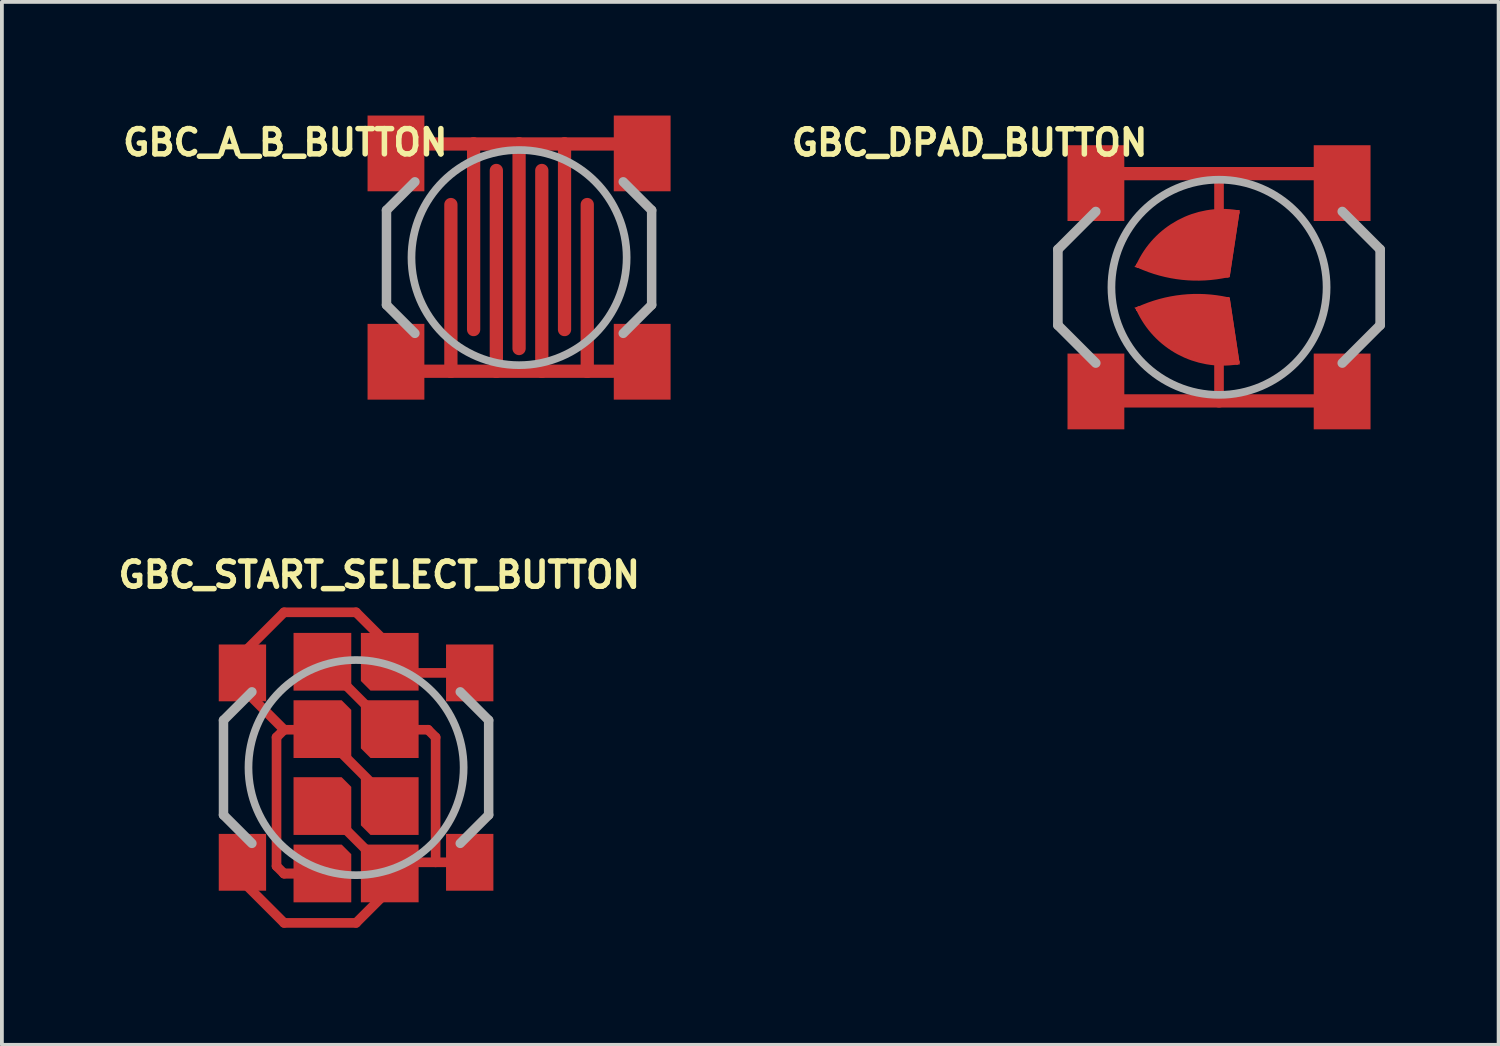
<source format=kicad_pcb>
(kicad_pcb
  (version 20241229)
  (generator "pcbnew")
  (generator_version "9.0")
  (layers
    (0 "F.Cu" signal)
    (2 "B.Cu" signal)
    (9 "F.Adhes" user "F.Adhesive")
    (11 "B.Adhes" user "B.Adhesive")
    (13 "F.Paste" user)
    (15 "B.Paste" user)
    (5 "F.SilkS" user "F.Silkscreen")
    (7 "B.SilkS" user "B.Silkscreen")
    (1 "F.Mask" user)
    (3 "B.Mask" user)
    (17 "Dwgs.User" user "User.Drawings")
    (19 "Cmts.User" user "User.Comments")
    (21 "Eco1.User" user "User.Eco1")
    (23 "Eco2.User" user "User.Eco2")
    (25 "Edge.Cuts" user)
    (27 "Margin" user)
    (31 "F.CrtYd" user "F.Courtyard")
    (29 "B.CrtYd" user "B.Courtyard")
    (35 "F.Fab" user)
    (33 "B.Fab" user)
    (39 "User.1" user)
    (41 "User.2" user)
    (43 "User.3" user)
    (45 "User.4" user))
  (footprint "GBC_START_SELECT_BUTTON"
    (layer "F.Cu")
    (at 6.35 17.214)
    (property "Reference" "GBC_START_SELECT_BUTTON" (at -6.35 -4.699 0) (layer "F.SilkS") (effects (font (size 0.666 0.666) (thickness 0.146)) (justify left bottom)))
    (fp_line (start -3.25 2.75) (end -1.9 4.1) (stroke (width 0.254) (type solid)) (layer "F.Cu"))
    (fp_line (start -3 -3) (end -3 -2.9) (stroke (width 0.254) (type solid)) (layer "F.Cu"))
    (fp_line (start -2.9 -2) (end -3 -2) (stroke (width 0.254) (type solid)) (layer "F.Cu"))
    (fp_line (start -2.1 -0.8) (end -1.9 -1) (stroke (width 0.254) (type solid)) (layer "F.Cu"))
    (fp_line (start -2.1 2.6) (end -2.1 -0.8) (stroke (width 0.254) (type solid)) (layer "F.Cu"))
    (fp_line (start -1.9 -4.1) (end -3 -3) (stroke (width 0.254) (type solid)) (layer "F.Cu"))
    (fp_line (start -1.9 -4.1) (end 0 -4.1) (stroke (width 0.254) (type solid)) (layer "F.Cu"))
    (fp_line (start -1.9 -1) (end -2.9 -2) (stroke (width 0.254) (type solid)) (layer "F.Cu"))
    (fp_line (start -1.9 -1) (end -1 -1) (stroke (width 0.254) (type solid)) (layer "F.Cu"))
    (fp_line (start -1.9 2.8) (end -2.1 2.6) (stroke (width 0.254) (type solid)) (layer "F.Cu"))
    (fp_line (start -1.9 4.1) (end 0 4.1) (stroke (width 0.254) (type solid)) (layer "F.Cu"))
    (fp_line (start -1.397 2.794) (end -1.905 2.794) (stroke (width 0.254) (type solid)) (layer "F.Cu"))
    (fp_line (start -0.9 2.8) (end -1.9 2.8) (stroke (width 0.254) (type solid)) (layer "F.Cu"))
    (fp_line (start 0 -4.1) (end 1.1 -3) (stroke (width 0.254) (type solid)) (layer "F.Cu"))
    (fp_line (start 0 4.1) (end 0.9 3.2) (stroke (width 0.254) (type solid)) (layer "F.Cu"))
    (fp_line (start 0.33 0.33) (end -0.432 -0.432) (stroke (width 0.254) (type solid)) (layer "F.Cu"))
    (fp_line (start 0.381 -1.524) (end -0.381 -2.286) (stroke (width 0.254) (type solid)) (layer "F.Cu"))
    (fp_line (start 0.381 2.286) (end -0.381 1.524) (stroke (width 0.254) (type solid)) (layer "F.Cu"))
    (fp_line (start 0.9 3.2) (end 0.9 2.8) (stroke (width 0.254) (type solid)) (layer "F.Cu"))
    (fp_line (start 1 3.25) (end 1 3) (stroke (width 0.254) (type solid)) (layer "F.Cu"))
    (fp_line (start 1.9 -1) (end 0.9 -1) (stroke (width 0.254) (type solid)) (layer "F.Cu"))
    (fp_line (start 2.1 -0.8) (end 1.9 -1) (stroke (width 0.254) (type solid)) (layer "F.Cu"))
    (fp_line (start 2.1 -0.8) (end 2.1 2.5) (stroke (width 0.254) (type solid)) (layer "F.Cu"))
    (fp_line (start 2.1 2.5) (end 1.2 2.5) (stroke (width 0.254) (type solid)) (layer "F.Cu"))
    (fp_line (start 2.1 2.5) (end 3 2.5) (stroke (width 0.254) (type solid)) (layer "F.Cu"))
    (fp_line (start 3 -2.5) (end 0.9 -2.5) (stroke (width 0.254) (type solid)) (layer "F.Cu"))
    (fp_poly (pts (xy -3.625 3.25) (xy -2.375 3.25) (xy -2.375 1.75) (xy -3.625 1.75)) (stroke (width 0) (type default)) (fill yes) (layer "F.Cu"))
    (fp_poly (pts (xy -0.127 -2.032) (xy -0.127 -3.556) (xy -1.651 -3.556) (xy -1.651 -2.032)) (stroke (width 0) (type default)) (fill yes) (layer "F.Cu"))
    (fp_poly (pts (xy 1.651 3.556) (xy 1.651 2.032) (xy 0.127 2.032) (xy 0.127 3.556)) (stroke (width 0) (type default)) (fill yes) (layer "F.Cu"))
    (fp_poly (pts (xy -0.127 -1.524) (xy -0.127 -0.254) (xy -1.651 -0.254) (xy -1.651 -1.778) (xy -0.381 -1.778)) (stroke (width 0) (type default)) (fill yes) (layer "F.Cu"))
    (fp_poly (pts (xy -0.127 0.508) (xy -0.127 1.778) (xy -1.651 1.778) (xy -1.651 0.254) (xy -0.381 0.254)) (stroke (width 0) (type default)) (fill yes) (layer "F.Cu"))
    (fp_poly (pts (xy -0.127 2.286) (xy -0.127 3.556) (xy -1.651 3.556) (xy -1.651 2.032) (xy -0.381 2.032)) (stroke (width 0) (type default)) (fill yes) (layer "F.Cu"))
    (fp_poly (pts (xy 1.651 -2.032) (xy 0.381 -2.032) (xy 0.127 -2.286) (xy 0.127 -3.556) (xy 1.651 -3.556)) (stroke (width 0) (type default)) (fill yes) (layer "F.Cu"))
    (fp_poly (pts (xy 1.651 -0.254) (xy 0.381 -0.254) (xy 0.127 -0.508) (xy 0.127 -1.778) (xy 1.651 -1.778)) (stroke (width 0) (type default)) (fill yes) (layer "F.Cu"))
    (fp_poly (pts (xy 1.651 1.778) (xy 0.381 1.778) (xy 0.127 1.524) (xy 0.127 0.254) (xy 1.651 0.254)) (stroke (width 0) (type default)) (fill yes) (layer "F.Cu"))
    (fp_poly (pts (xy -3.715 3.35) (xy -2.27 3.35) (xy -2.27 1.648) (xy -3.715 1.648)) (stroke (width 0) (type default)) (fill yes) (layer "F.Mask"))
    (fp_poly (pts (xy 1.905 3.81) (xy 1.905 -3.81) (xy -1.905 -3.81) (xy -1.905 3.81)) (stroke (width 0) (type default)) (fill yes) (layer "F.Mask"))
    (fp_line (start -3.5 -1.25) (end -3.5 1.25) (stroke (width 0.25) (type solid)) (layer "F.Fab"))
    (fp_line (start -3.5 1.25) (end -2.75 2) (stroke (width 0.25) (type solid)) (layer "F.Fab"))
    (fp_line (start -2.75 -2) (end -3.5 -1.25) (stroke (width 0.25) (type solid)) (layer "F.Fab"))
    (fp_line (start 2.75 -2) (end 3.5 -1.25) (stroke (width 0.25) (type solid)) (layer "F.Fab"))
    (fp_line (start 3.5 -1.25) (end 3.5 1.25) (stroke (width 0.25) (type solid)) (layer "F.Fab"))
    (fp_line (start 3.5 1.25) (end 2.75 2) (stroke (width 0.25) (type solid)) (layer "F.Fab"))
    (fp_circle (center 0 0) (end 2.84 0) (stroke (width 0.203) (type solid)) (fill no) (layer "F.Fab"))
    (pad "1" smd rect (at -3 -2.5) (size 1.25 1.5) (layers "F.Cu" "F.Mask" "F.Paste"))
    (pad "2" smd rect (at 0 4.07) (size 0.05 0.05) (layers "F.Cu"))
    (pad "3" smd rect (at 3 -2.5) (size 1.25 1.5) (layers "F.Cu" "F.Mask" "F.Paste"))
    (pad "4" smd rect (at 3 2.5) (size 1.25 1.5) (layers "F.Cu" "F.Mask" "F.Paste"))
    (zone (net_name "") (layer "F.Cu") (hatch edge 0.5) (connect_pads) (min_thickness 0.25) (filled_areas_thickness no) (keepout (tracks not_allowed) (vias not_allowed) (pads not_allowed) (copperpour not_allowed) (footprints allowed)) (placement (enabled no)) (fill) (polygon (pts (xy 2.35 15.714) (xy 2.35 17.214) (xy 4.35 17.214) (xy 4.35 15.714))))
    (zone (net_name "") (layer "F.Cu") (hatch edge 0.5) (connect_pads) (min_thickness 0.25) (filled_areas_thickness no) (keepout (tracks not_allowed) (vias not_allowed) (pads not_allowed) (copperpour not_allowed) (footprints allowed)) (placement (enabled no)) (fill) (polygon (pts (xy 2.35 17.214) (xy 2.35 18.714) (xy 4.35 18.714) (xy 4.35 17.214))))
    (zone (net_name "") (layer "F.Cu") (hatch edge 0.5) (connect_pads) (min_thickness 0.25) (filled_areas_thickness no) (keepout (tracks not_allowed) (vias not_allowed) (pads not_allowed) (copperpour not_allowed) (footprints allowed)) (placement (enabled no)) (fill) (polygon (pts (xy 2.85 14.114) (xy 9.85 14.114) (xy 9.85 20.314) (xy 2.85 20.314))))
    (zone (net_name "") (layer "F.Cu") (hatch edge 0.5) (connect_pads) (min_thickness 0.25) (filled_areas_thickness no) (keepout (tracks not_allowed) (vias not_allowed) (pads not_allowed) (copperpour not_allowed) (footprints allowed)) (placement (enabled no)) (fill) (polygon (pts (xy 8.35 15.714) (xy 8.35 17.214) (xy 10.35 17.214) (xy 10.35 15.714))))
    (zone (net_name "") (layer "F.Cu") (hatch edge 0.5) (connect_pads) (min_thickness 0.25) (filled_areas_thickness no) (keepout (tracks not_allowed) (vias not_allowed) (pads not_allowed) (copperpour not_allowed) (footprints allowed)) (placement (enabled no)) (fill) (polygon (pts (xy 8.35 17.214) (xy 8.35 18.714) (xy 10.35 18.714) (xy 10.35 17.214))))
    (zone (net_name "") (layer "F.Cu") (hatch edge 0.5) (connect_pads) (min_thickness 0.25) (filled_areas_thickness no) (keepout (tracks not_allowed) (vias not_allowed) (pads not_allowed) (copperpour not_allowed) (footprints allowed)) (placement (enabled no)) (fill) (polygon (pts (xy 2.54 14.674) (xy 2.54 13.785) (xy 10.16 13.785) (xy 10.16 20.643) (xy 2.54 20.643))))
    (zone (net_name "") (layer "F.Cu") (hatch edge 0.5) (connect_pads) (min_thickness 0.25) (filled_areas_thickness no) (keepout (tracks not_allowed) (vias not_allowed) (pads not_allowed) (copperpour not_allowed) (footprints allowed)) (placement (enabled no)) (fill) (polygon (pts (xy 2.54 14.674) (xy 4.318 12.896) (xy 8.382 12.896) (xy 10.16 14.674) (xy 10.16 15.944) (xy 2.54 15.944))))
    (zone (net_name "") (layer "F.Cu") (hatch edge 0.5) (connect_pads) (min_thickness 0.25) (filled_areas_thickness no) (keepout (tracks not_allowed) (vias not_allowed) (pads not_allowed) (copperpour not_allowed) (footprints allowed)) (placement (enabled no)) (fill) (polygon (pts (xy 10.16 19.754) (xy 8.382 21.532) (xy 4.318 21.532) (xy 2.54 19.754) (xy 2.54 18.484) (xy 10.16 18.484)))))
  (footprint "GBC_A_B_BUTTON"
    (layer "F.Cu")
    (at 10.653 3.75)
    (property "Reference" "GBC_A_B_BUTTON" (at -1.81 -3.429 0) (layer "F.SilkS") (effects (font (size 0.666 0.666) (thickness 0.146)) (justify right top)))
    (fp_line (start -2.5 -3) (end -1.2 -3) (stroke (width 0.35) (type solid)) (layer "F.Cu"))
    (fp_line (start -2.5 3) (end -1.8 3) (stroke (width 0.35) (type solid)) (layer "F.Cu"))
    (fp_line (start -1.8 3) (end -1.8 -1.4) (stroke (width 0.35) (type solid)) (layer "F.Cu"))
    (fp_line (start -1.8 3) (end -0.6 3) (stroke (width 0.35) (type solid)) (layer "F.Cu"))
    (fp_line (start -1.2 -3) (end -1.2 1.9) (stroke (width 0.35) (type solid)) (layer "F.Cu"))
    (fp_line (start -1.2 -3) (end 0 -3) (stroke (width 0.35) (type solid)) (layer "F.Cu"))
    (fp_line (start -0.6 3) (end -0.6 -2.3) (stroke (width 0.35) (type solid)) (layer "F.Cu"))
    (fp_line (start -0.6 3) (end 0.6 3) (stroke (width 0.35) (type solid)) (layer "F.Cu"))
    (fp_line (start 0 -3) (end 0 2.4) (stroke (width 0.35) (type solid)) (layer "F.Cu"))
    (fp_line (start 0 -3) (end 1.2 -3) (stroke (width 0.35) (type solid)) (layer "F.Cu"))
    (fp_line (start 0.6 3) (end 0.6 -2.3) (stroke (width 0.35) (type solid)) (layer "F.Cu"))
    (fp_line (start 0.6 3) (end 1.8 3) (stroke (width 0.35) (type solid)) (layer "F.Cu"))
    (fp_line (start 1.2 -3) (end 1.2 1.9) (stroke (width 0.35) (type solid)) (layer "F.Cu"))
    (fp_line (start 1.2 -3) (end 2.5 -3) (stroke (width 0.35) (type solid)) (layer "F.Cu"))
    (fp_line (start 1.8 3) (end 1.8 -1.4) (stroke (width 0.35) (type solid)) (layer "F.Cu"))
    (fp_line (start 1.8 3) (end 2.5 3) (stroke (width 0.35) (type solid)) (layer "F.Cu"))
    (fp_line (start -1.8 -1.4) (end -1.8 1.4) (stroke (width 0.35) (type solid)) (layer "F.Mask"))
    (fp_line (start -1.2 1.9) (end -1.2 -1.9) (stroke (width 0.35) (type solid)) (layer "F.Mask"))
    (fp_line (start -0.6 2.2) (end -0.6 -2.3) (stroke (width 0.35) (type solid)) (layer "F.Mask"))
    (fp_line (start 0 2.4) (end 0 -2.5) (stroke (width 0.35) (type solid)) (layer "F.Mask"))
    (fp_line (start 0.6 2.2) (end 0.6 -2.3) (stroke (width 0.35) (type solid)) (layer "F.Mask"))
    (fp_line (start 1.2 -1.9) (end 1.2 1.9) (stroke (width 0.35) (type solid)) (layer "F.Mask"))
    (fp_line (start 1.8 -1.4) (end 1.8 1.4) (stroke (width 0.35) (type solid)) (layer "F.Mask"))
    (fp_circle (center 0 0) (end 2.5 0) (stroke (width 0.35) (type solid)) (fill no) (layer "F.Mask"))
    (fp_poly (pts (xy 1.883 -1.883) (xy 2.69 0) (xy 1.883 1.883) (xy 0.008 2.687) (xy -1.624 2.143) (xy -2.698 -0.006) (xy -1.626 -1.883) (xy -0.006 -2.693)) (stroke (width 0) (type default)) (fill yes) (layer "F.Mask"))
    (fp_line (start -3.5 -1.25) (end -3.5 1.25) (stroke (width 0.25) (type solid)) (layer "F.Fab"))
    (fp_line (start -3.5 1.25) (end -2.75 2) (stroke (width 0.25) (type solid)) (layer "F.Fab"))
    (fp_line (start -2.75 -2) (end -3.5 -1.25) (stroke (width 0.25) (type solid)) (layer "F.Fab"))
    (fp_line (start 2.75 -2) (end 3.5 -1.25) (stroke (width 0.25) (type solid)) (layer "F.Fab"))
    (fp_line (start 3.5 -1.25) (end 3.5 1.25) (stroke (width 0.25) (type solid)) (layer "F.Fab"))
    (fp_line (start 3.5 1.25) (end 2.75 2) (stroke (width 0.25) (type solid)) (layer "F.Fab"))
    (fp_circle (center 0 0) (end 2.84 0) (stroke (width 0.203) (type solid)) (fill no) (layer "F.Fab"))
    (pad "1" smd rect (at -3.25 -2.75) (size 1.5 2) (layers "F.Cu" "F.Mask" "F.Paste"))
    (pad "2" smd rect (at -3.25 2.75) (size 1.5 2) (layers "F.Cu" "F.Mask" "F.Paste"))
    (pad "3" smd rect (at 3.25 -2.75) (size 1.5 2) (layers "F.Cu" "F.Mask" "F.Paste"))
    (pad "4" smd rect (at 3.25 2.75) (size 1.5 2) (layers "F.Cu" "F.Mask" "F.Paste")))
  (footprint "GBC_DPAD_BUTTON"
    (layer "F.Cu")
    (at 29.131 4.534)
    (property "Reference" "GBC_DPAD_BUTTON" (at -1.81 -3.429 180) (layer "F.SilkS") (effects (font (size 0.666 0.666) (thickness 0.146)) (justify right bottom)))
    (fp_line (start -3 -3) (end 0 -3) (stroke (width 0.35) (type solid)) (layer "F.Cu"))
    (fp_line (start -3 3) (end 0 3) (stroke (width 0.35) (type solid)) (layer "F.Cu"))
    (fp_line (start -2.125 -0.575) (end 0.475 -1.975) (stroke (width 0.127) (type solid)) (layer "F.Cu"))
    (fp_line (start -2.125 0.575) (end 0.475 1.975) (stroke (width 0.127) (type solid)) (layer "F.Cu"))
    (fp_line (start 0 -3) (end 0 -1.975) (stroke (width 0.254) (type solid)) (layer "F.Cu"))
    (fp_line (start 0 -3) (end 3 -3) (stroke (width 0.35) (type solid)) (layer "F.Cu"))
    (fp_line (start 0 1.975) (end 0 3) (stroke (width 0.254) (type solid)) (layer "F.Cu"))
    (fp_line (start 0 3) (end 3 3) (stroke (width 0.35) (type solid)) (layer "F.Cu"))
    (fp_line (start 0.225 -0.325) (end -2.125 -0.575) (stroke (width 0.127) (type solid)) (layer "F.Cu"))
    (fp_line (start 0.225 0.325) (end -2.125 0.575) (stroke (width 0.127) (type solid)) (layer "F.Cu"))
    (fp_line (start 0.475 -1.975) (end 0.225 -0.325) (stroke (width 0.127) (type solid)) (layer "F.Cu"))
    (fp_line (start 0.475 1.975) (end 0.225 0.325) (stroke (width 0.127) (type solid)) (layer "F.Cu"))
    (fp_arc (start -2.125 -0.575) (mid -1.061796 -1.714762) (end 0.474999 -1.975) (stroke (width 0.127) (type solid)) (layer "F.Cu"))
    (fp_arc (start -2.125 0.575) (mid -0.970285 0.259324) (end 0.224999 0.325) (stroke (width 0.127) (type solid)) (layer "F.Cu"))
    (fp_arc (start 0.224999 -0.325) (mid -0.970285 -0.259324) (end -2.125 -0.575) (stroke (width 0.127) (type solid)) (layer "F.Cu"))
    (fp_arc (start 0.474999 1.975) (mid -1.061796 1.714763) (end -2.125 0.575) (stroke (width 0.127) (type solid)) (layer "F.Cu"))
    (fp_poly (pts (xy -4 3.75) (xy -2.5 3.75) (xy -2.5 1.75) (xy -4 1.75)) (stroke (width 0) (type default)) (fill yes) (layer "F.Cu"))
    (fp_poly (pts (xy 0.28 -0.262) (xy -1.133 -0.262) (xy -2.234 -0.537) (xy -1.669 -1.272) (xy -0.903 -1.783) (xy -0.135 -2.038) (xy 0.549 -2.038)) (stroke (width 0) (type default)) (fill yes) (layer "F.Cu"))
    (fp_poly (pts (xy 0.549 2.038) (xy -0.135 2.038) (xy -0.903 1.783) (xy -1.669 1.272) (xy -2.234 0.537) (xy -1.133 0.262) (xy 0.28 0.262)) (stroke (width 0) (type default)) (fill yes) (layer "F.Cu"))
    (fp_line (start -2.125 -0.575) (end 0.475 -1.975) (stroke (width 0.127) (type solid)) (layer "F.Mask"))
    (fp_line (start -2.125 0.575) (end 0.475 1.975) (stroke (width 0.127) (type solid)) (layer "F.Mask"))
    (fp_line (start 0.225 -0.325) (end -2.125 -0.575) (stroke (width 0.127) (type solid)) (layer "F.Mask"))
    (fp_line (start 0.225 0.325) (end -2.125 0.575) (stroke (width 0.127) (type solid)) (layer "F.Mask"))
    (fp_line (start 0.475 -1.975) (end 0.225 -0.325) (stroke (width 0.127) (type solid)) (layer "F.Mask"))
    (fp_line (start 0.475 1.975) (end 0.225 0.325) (stroke (width 0.127) (type solid)) (layer "F.Mask"))
    (fp_line (start 0.506 -1.994) (end 0.24 -0.305) (stroke (width 0.127) (type solid)) (layer "F.Mask"))
    (fp_line (start 0.506 1.994) (end 0.24 0.305) (stroke (width 0.127) (type solid)) (layer "F.Mask"))
    (fp_arc (start -2.1504 -0.575) (mid -1.066092 -1.736055) (end 0.500399 -2.000399) (stroke (width 0.127) (type solid)) (layer "F.Mask"))
    (fp_arc (start -2.1504 0.5623) (mid -0.977666 0.237183) (end 0.237699 0.2996) (stroke (width 0.127) (type solid)) (layer "F.Mask"))
    (fp_arc (start -2.125 -0.575) (mid -1.061796 -1.714762) (end 0.474999 -1.975) (stroke (width 0.127) (type solid)) (layer "F.Mask"))
    (fp_arc (start -2.125 0.575) (mid -0.970285 0.259324) (end 0.224999 0.325) (stroke (width 0.127) (type solid)) (layer "F.Mask"))
    (fp_arc (start 0.224999 -0.325) (mid -0.970285 -0.259324) (end -2.125 -0.575) (stroke (width 0.127) (type solid)) (layer "F.Mask"))
    (fp_arc (start 0.237699 -0.2996) (mid -0.977666 -0.237182) (end -2.1504 -0.5623) (stroke (width 0.127) (type solid)) (layer "F.Mask"))
    (fp_arc (start 0.474999 1.975) (mid -1.061796 1.714763) (end -2.125 0.575) (stroke (width 0.127) (type solid)) (layer "F.Mask"))
    (fp_arc (start 0.500399 2.000399) (mid -1.066092 1.736055) (end -2.1504 0.575) (stroke (width 0.127) (type solid)) (layer "F.Mask"))
    (fp_poly (pts (xy -4.125 3.875) (xy -2.375 3.875) (xy -2.375 1.625) (xy -4.125 1.625)) (stroke (width 0) (type default)) (fill yes) (layer "F.Mask"))
    (fp_poly (pts (xy 0.28 -0.262) (xy -1.133 -0.262) (xy -2.234 -0.537) (xy -1.669 -1.272) (xy -0.903 -1.783) (xy -0.135 -2.038) (xy 0.549 -2.038)) (stroke (width 0) (type default)) (fill yes) (layer "F.Mask"))
    (fp_poly (pts (xy 0.549 2.038) (xy -0.135 2.038) (xy -0.903 1.783) (xy -1.669 1.272) (xy -2.234 0.537) (xy -1.133 0.262) (xy 0.28 0.262)) (stroke (width 0) (type default)) (fill yes) (layer "F.Mask"))
    (fp_line (start -4.254 -1) (end -4.254 1) (stroke (width 0.254) (type solid)) (layer "F.Fab"))
    (fp_line (start -4.254 1) (end -3.254 2) (stroke (width 0.254) (type solid)) (layer "F.Fab"))
    (fp_line (start -3.254 -2) (end -4.254 -1) (stroke (width 0.254) (type solid)) (layer "F.Fab"))
    (fp_line (start 3.254 -2) (end 4.254 -1) (stroke (width 0.254) (type solid)) (layer "F.Fab"))
    (fp_line (start 4.254 -1) (end 4.254 1) (stroke (width 0.254) (type solid)) (layer "F.Fab"))
    (fp_line (start 4.254 1) (end 3.254 2) (stroke (width 0.254) (type solid)) (layer "F.Fab"))
    (fp_circle (center 0 0) (end 2.84 0) (stroke (width 0.203) (type solid)) (fill no) (layer "F.Fab"))
    (pad "1" smd rect (at -3.25 -2.75) (size 1.5 2) (layers "F.Cu" "F.Mask" "F.Paste"))
    (pad "2" smd rect (at 0 3) (size 0.25 0.25) (layers "F.Cu" "F.Paste"))
    (pad "3" smd rect (at 3.25 -2.75) (size 1.5 2) (layers "F.Cu" "F.Mask" "F.Paste"))
    (pad "4" smd rect (at 3.25 2.75) (size 1.5 2) (layers "F.Cu" "F.Mask" "F.Paste"))
    (zone (net_name "") (layer "F.Cu") (hatch edge 0.5) (connect_pads) (min_thickness 0.25) (filled_areas_thickness no) (keepout (tracks not_allowed) (vias not_allowed) (pads not_allowed) (copperpour not_allowed) (footprints allowed)) (placement (enabled no)) (fill) (polygon (pts (xy 25.131 3.034) (xy 25.131 4.534) (xy 27.131 4.534) (xy 27.131 3.034))))
    (zone (net_name "") (layer "F.Cu") (hatch edge 0.5) (connect_pads) (min_thickness 0.25) (filled_areas_thickness no) (keepout (tracks not_allowed) (vias not_allowed) (pads not_allowed) (copperpour not_allowed) (footprints allowed)) (placement (enabled no)) (fill) (polygon (pts (xy 25.131 4.534) (xy 25.131 6.034) (xy 27.131 6.034) (xy 27.131 4.534))))
    (zone (net_name "") (layer "F.Cu") (hatch edge 0.5) (connect_pads) (min_thickness 0.25) (filled_areas_thickness no) (keepout (tracks not_allowed) (vias not_allowed) (pads not_allowed) (copperpour not_allowed) (footprints allowed)) (placement (enabled no)) (fill) (polygon (pts (xy 25.631 1.434) (xy 32.631 1.434) (xy 32.631 7.634) (xy 25.631 7.634))))
    (zone (net_name "") (layer "F.Cu") (hatch edge 0.5) (connect_pads) (min_thickness 0.25) (filled_areas_thickness no) (keepout (tracks not_allowed) (vias not_allowed) (pads not_allowed) (copperpour not_allowed) (footprints allowed)) (placement (enabled no)) (fill) (polygon (pts (xy 31.131 3.034) (xy 31.131 4.534) (xy 33.131 4.534) (xy 33.131 3.034))))
    (zone (net_name "") (layer "F.Cu") (hatch edge 0.5) (connect_pads) (min_thickness 0.25) (filled_areas_thickness no) (keepout (tracks not_allowed) (vias not_allowed) (pads not_allowed) (copperpour not_allowed) (footprints allowed)) (placement (enabled no)) (fill) (polygon (pts (xy 31.131 4.534) (xy 31.131 6.034) (xy 33.131 6.034) (xy 33.131 4.534)))))
  (gr_rect
    (start -3 -3)
    (end 36.512 24.532)
    (stroke (width 0.1) (type default))
    (fill no)
    (layer "Edge.Cuts")))
</source>
